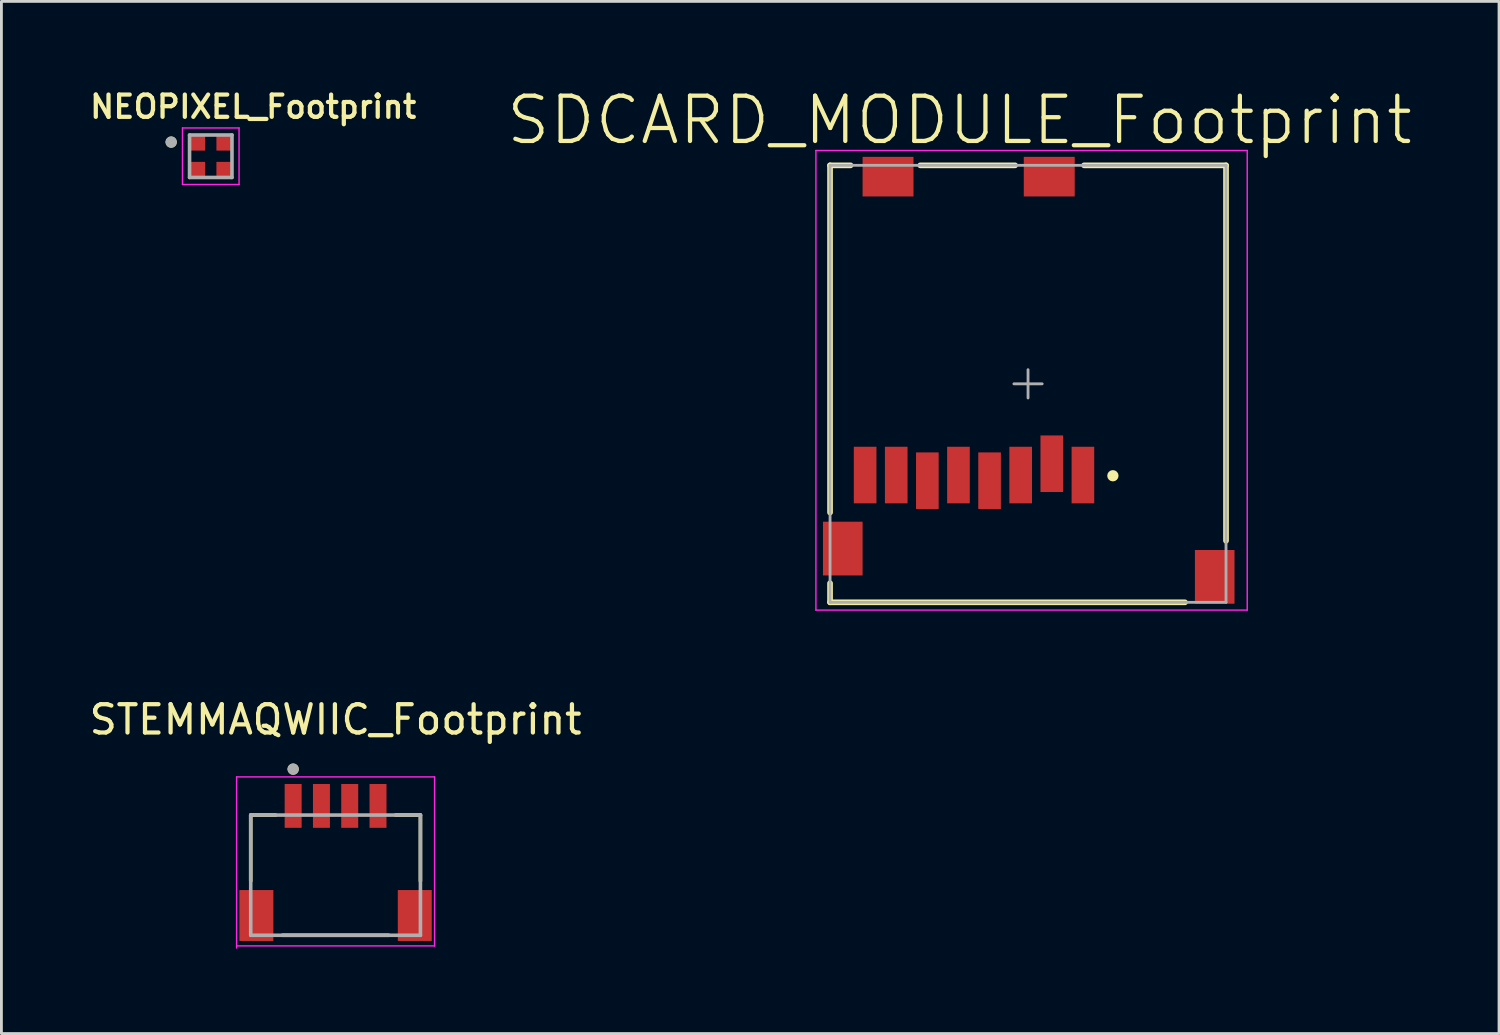
<source format=kicad_pcb>
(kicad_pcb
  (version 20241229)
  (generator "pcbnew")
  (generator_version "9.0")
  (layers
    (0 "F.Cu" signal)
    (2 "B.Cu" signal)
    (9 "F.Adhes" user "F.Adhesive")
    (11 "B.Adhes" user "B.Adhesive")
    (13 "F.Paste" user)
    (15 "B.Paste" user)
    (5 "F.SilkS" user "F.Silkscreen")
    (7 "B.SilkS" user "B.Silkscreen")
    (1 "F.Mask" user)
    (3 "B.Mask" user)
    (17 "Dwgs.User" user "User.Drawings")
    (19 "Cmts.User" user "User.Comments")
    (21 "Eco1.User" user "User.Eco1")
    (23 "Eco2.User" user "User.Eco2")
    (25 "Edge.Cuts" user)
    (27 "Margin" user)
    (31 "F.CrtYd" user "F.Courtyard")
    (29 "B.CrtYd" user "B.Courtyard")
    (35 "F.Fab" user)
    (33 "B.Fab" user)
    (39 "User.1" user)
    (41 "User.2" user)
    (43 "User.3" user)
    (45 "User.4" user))
  (footprint "NEOPIXEL_Footprint"
    (layer "F.Cu")
    (at 4.402 2.474)
    (property "Reference" "NEOPIXEL_Footprint" (at 1.5 -1.75 0) (layer "F.SilkS") (effects (font (size 0.787 0.787) (thickness 0.15))))
    (attr smd)
    (fp_circle (center -1.4 -0.5) (end -1.3 -0.5) (stroke (width 0.2) (type solid)) (fill no) (layer "F.SilkS"))
    (fp_line (start -1 -1) (end -1 1) (stroke (width 0.05) (type solid)) (layer "F.CrtYd"))
    (fp_line (start -1 1) (end 1 1) (stroke (width 0.05) (type solid)) (layer "F.CrtYd"))
    (fp_line (start 1 -1) (end -1 -1) (stroke (width 0.05) (type solid)) (layer "F.CrtYd"))
    (fp_line (start 1 1) (end 1 -1) (stroke (width 0.05) (type solid)) (layer "F.CrtYd"))
    (fp_line (start -0.75 -0.75) (end 0.75 -0.75) (stroke (width 0.127) (type solid)) (layer "F.Fab"))
    (fp_line (start -0.75 0.75) (end -0.75 -0.75) (stroke (width 0.127) (type solid)) (layer "F.Fab"))
    (fp_line (start 0.75 -0.75) (end 0.75 0.75) (stroke (width 0.127) (type solid)) (layer "F.Fab"))
    (fp_line (start 0.75 0.75) (end -0.75 0.75) (stroke (width 0.127) (type solid)) (layer "F.Fab"))
    (fp_circle (center -1.4 -0.5) (end -1.3 -0.5) (stroke (width 0.2) (type solid)) (fill no) (layer "F.Fab"))
    (pad "1" smd rect (at -0.475 -0.475) (size 0.55 0.55) (layers "F.Cu" "F.Mask" "F.Paste"))
    (pad "2" smd rect (at -0.475 0.475) (size 0.55 0.55) (layers "F.Cu" "F.Mask" "F.Paste"))
    (pad "3" smd rect (at 0.475 0.475) (size 0.55 0.55) (layers "F.Cu" "F.Mask" "F.Paste"))
    (pad "4" smd rect (at 0.475 -0.475) (size 0.55 0.55) (layers "F.Cu" "F.Mask" "F.Paste")))
  (footprint "SDCARD_MODULE_Footprint"
    (layer "F.Cu")
    (at 33.298 10.521)
    (property "Reference" "SDCARD_MODULE_Footprint" (at -2.421 -9.321 0) (layer "F.SilkS") (effects (font (size 1.601 1.601) (thickness 0.15))))
    (attr smd)
    (fp_line (start -7 -7.725) (end -6.274 -7.725) (stroke (width 0.2) (type solid)) (layer "F.SilkS"))
    (fp_line (start -7 4.55) (end -7 -7.725) (stroke (width 0.2) (type solid)) (layer "F.SilkS"))
    (fp_line (start -7 7.725) (end -7 7.05) (stroke (width 0.2) (type solid)) (layer "F.SilkS"))
    (fp_line (start -7 7.725) (end 5.55 7.725) (stroke (width 0.2) (type solid)) (layer "F.SilkS"))
    (fp_line (start -3.81 -7.725) (end -0.457 -7.725) (stroke (width 0.2) (type solid)) (layer "F.SilkS"))
    (fp_line (start 1.981 -7.725) (end 7 -7.725) (stroke (width 0.2) (type solid)) (layer "F.SilkS"))
    (fp_line (start 7 5.55) (end 7 -7.725) (stroke (width 0.2) (type solid)) (layer "F.SilkS"))
    (fp_circle (center 3 3.25) (end 3.1 3.25) (stroke (width 0.2) (type solid)) (fill no) (layer "F.SilkS"))
    (fp_line (start -7.5 -8.25) (end 7.75 -8.25) (stroke (width 0.05) (type solid)) (layer "F.CrtYd"))
    (fp_line (start -7.5 8) (end -7.5 -8.25) (stroke (width 0.05) (type solid)) (layer "F.CrtYd"))
    (fp_line (start 7.75 -8.25) (end 7.75 8) (stroke (width 0.05) (type solid)) (layer "F.CrtYd"))
    (fp_line (start 7.75 8) (end -7.5 8) (stroke (width 0.05) (type solid)) (layer "F.CrtYd"))
    (fp_line (start -7 -7.725) (end 7 -7.725) (stroke (width 0.1) (type solid)) (layer "F.Fab"))
    (fp_line (start -7 7.725) (end -7 -7.725) (stroke (width 0.1) (type solid)) (layer "F.Fab"))
    (fp_line (start -7 7.725) (end 7 7.725) (stroke (width 0.1) (type solid)) (layer "F.Fab"))
    (fp_line (start -0.5 0) (end 0.5 0) (stroke (width 0.1) (type solid)) (layer "F.Fab"))
    (fp_line (start 0 0.5) (end 0 -0.5) (stroke (width 0.1) (type solid)) (layer "F.Fab"))
    (fp_line (start 7 7.725) (end 7 -7.725) (stroke (width 0.1) (type solid)) (layer "F.Fab"))
    (pad "1" smd rect (at 1.94 3.225) (size 0.8 2) (layers "F.Cu" "F.Mask" "F.Paste"))
    (pad "2" smd rect (at 0.84 2.825) (size 0.8 2) (layers "F.Cu" "F.Mask" "F.Paste"))
    (pad "3" smd rect (at -0.26 3.225) (size 0.8 2) (layers "F.Cu" "F.Mask" "F.Paste"))
    (pad "4" smd rect (at -1.36 3.425) (size 0.8 2) (layers "F.Cu" "F.Mask" "F.Paste"))
    (pad "5" smd rect (at -2.46 3.225) (size 0.8 2) (layers "F.Cu" "F.Mask" "F.Paste"))
    (pad "6" smd rect (at -3.56 3.425) (size 0.8 2) (layers "F.Cu" "F.Mask" "F.Paste"))
    (pad "7" smd rect (at -4.66 3.225) (size 0.8 2) (layers "F.Cu" "F.Mask" "F.Paste"))
    (pad "8" smd rect (at -5.76 3.225) (size 0.8 2) (layers "F.Cu" "F.Mask" "F.Paste"))
    (pad "9" smd rect (at -4.95 -7.325) (size 1.8 1.4) (layers "F.Cu" "F.Mask" "F.Paste"))
    (pad "10" smd rect (at 0.75 -7.325) (size 1.8 1.4) (layers "F.Cu" "F.Mask" "F.Paste"))
    (pad "11" smd rect (at -6.55 5.825) (size 1.4 1.9) (layers "F.Cu" "F.Mask" "F.Paste"))
    (pad "12" smd rect (at 6.6 6.825) (size 1.4 1.9) (layers "F.Cu" "F.Mask" "F.Paste"))
    (zone (net_name "") (layer "F.Cu") (hatch full 0.508) (connect_pads) (min_thickness 0.01) (filled_areas_thickness no) (keepout (tracks not_allowed) (vias not_allowed) (pads not_allowed) (copperpour not_allowed) (footprints allowed)) (placement (enabled no)) (fill) (polygon (pts (xy 26.288 5.346) (xy 36.668 5.346) (xy 36.668 7.421) (xy 26.288 7.421)))))
  (footprint "STEMMAQWIIC_Footprint"
    (layer "F.Cu")
    (at 8.815 27.894)
    (property "Reference" "STEMMAQWIIC_Footprint" (at 0 -5.5 0) (layer "F.SilkS") (effects (font (size 1 1) (thickness 0.15))))
    (attr smd)
    (fp_line (start -3 -2.125) (end -2.12 -2.125) (stroke (width 0.127) (type solid)) (layer "F.SilkS"))
    (fp_line (start -3 0.205) (end -3 -2.125) (stroke (width 0.127) (type solid)) (layer "F.SilkS"))
    (fp_line (start -1.88 2.125) (end 1.88 2.125) (stroke (width 0.127) (type solid)) (layer "F.SilkS"))
    (fp_line (start 2.12 -2.125) (end 3 -2.125) (stroke (width 0.127) (type solid)) (layer "F.SilkS"))
    (fp_line (start 3 -2.125) (end 3 0.205) (stroke (width 0.127) (type solid)) (layer "F.SilkS"))
    (fp_circle (center -1.5 -3.75) (end -1.4 -3.75) (stroke (width 0.2) (type solid)) (fill no) (layer "F.SilkS"))
    (fp_line (start -3.5 -3.475) (end -3.5 2.575) (stroke (width 0.05) (type solid)) (layer "F.CrtYd"))
    (fp_line (start -3.5 2.5) (end 3.5 2.5) (stroke (width 0.05) (type solid)) (layer "F.CrtYd"))
    (fp_line (start 3.5 -3.475) (end -3.5 -3.475) (stroke (width 0.05) (type solid)) (layer "F.CrtYd"))
    (fp_line (start 3.5 2.5) (end 3.5 -3.475) (stroke (width 0.05) (type solid)) (layer "F.CrtYd"))
    (fp_line (start -3 -2.125) (end 3 -2.125) (stroke (width 0.127) (type solid)) (layer "F.Fab"))
    (fp_line (start -3 2.125) (end -3 -2.125) (stroke (width 0.127) (type solid)) (layer "F.Fab"))
    (fp_line (start 3 -2.125) (end 3 2.125) (stroke (width 0.127) (type solid)) (layer "F.Fab"))
    (fp_line (start 3 2.125) (end -3 2.125) (stroke (width 0.127) (type solid)) (layer "F.Fab"))
    (fp_circle (center -1.5 -3.75) (end -1.4 -3.75) (stroke (width 0.2) (type solid)) (fill no) (layer "F.Fab"))
    (pad "1" smd rect (at -1.5 -2.45) (size 0.6 1.55) (layers "F.Cu" "F.Mask" "F.Paste"))
    (pad "2" smd rect (at -0.5 -2.45) (size 0.6 1.55) (layers "F.Cu" "F.Mask" "F.Paste"))
    (pad "3" smd rect (at 0.5 -2.45) (size 0.6 1.55) (layers "F.Cu" "F.Mask" "F.Paste"))
    (pad "4" smd rect (at 1.5 -2.45) (size 0.6 1.55) (layers "F.Cu" "F.Mask" "F.Paste"))
    (pad "S1" smd rect (at -2.8 1.425) (size 1.2 1.8) (layers "F.Cu" "F.Mask" "F.Paste"))
    (pad "S2" smd rect (at 2.8 1.425) (size 1.2 1.8) (layers "F.Cu" "F.Mask" "F.Paste")))
  (gr_rect
    (start -3 -3)
    (end 49.951 33.494)
    (stroke (width 0.1) (type default))
    (fill no)
    (layer "Edge.Cuts")))
</source>
